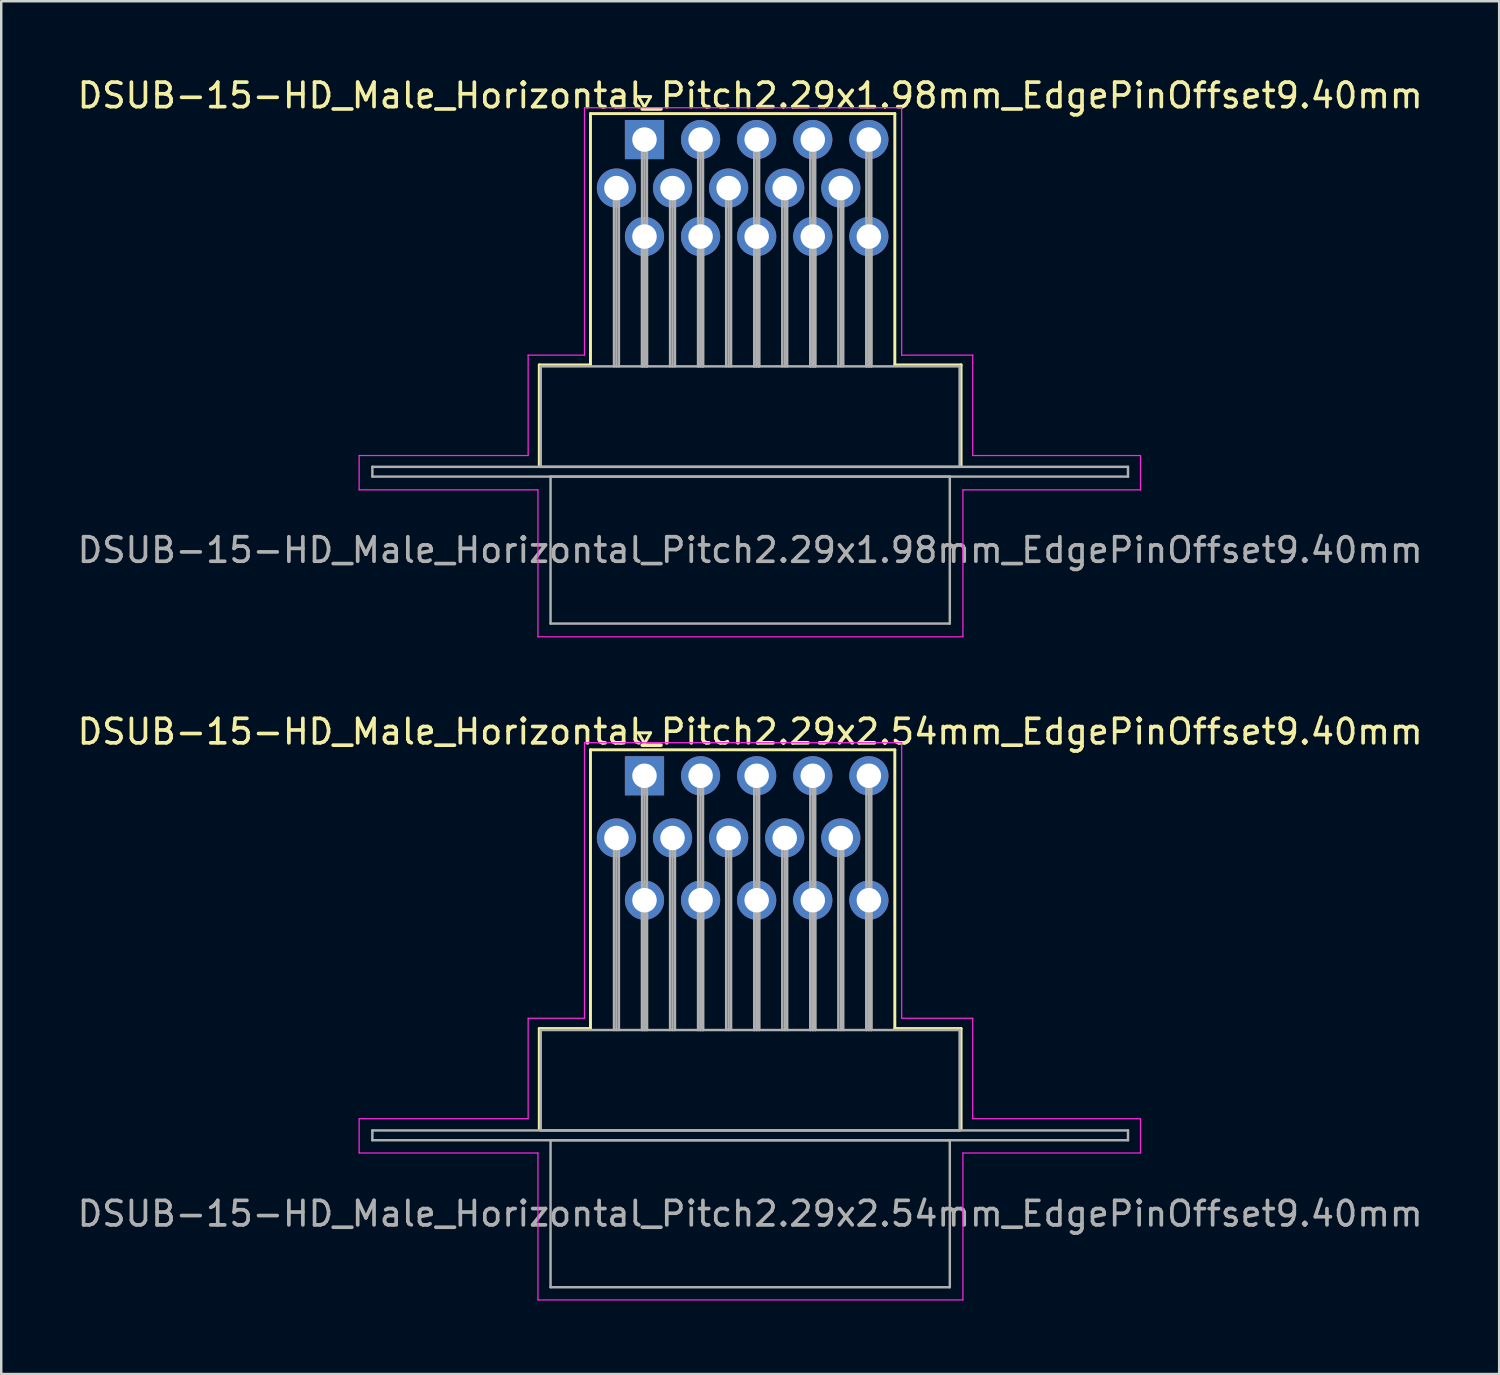
<source format=kicad_pcb>
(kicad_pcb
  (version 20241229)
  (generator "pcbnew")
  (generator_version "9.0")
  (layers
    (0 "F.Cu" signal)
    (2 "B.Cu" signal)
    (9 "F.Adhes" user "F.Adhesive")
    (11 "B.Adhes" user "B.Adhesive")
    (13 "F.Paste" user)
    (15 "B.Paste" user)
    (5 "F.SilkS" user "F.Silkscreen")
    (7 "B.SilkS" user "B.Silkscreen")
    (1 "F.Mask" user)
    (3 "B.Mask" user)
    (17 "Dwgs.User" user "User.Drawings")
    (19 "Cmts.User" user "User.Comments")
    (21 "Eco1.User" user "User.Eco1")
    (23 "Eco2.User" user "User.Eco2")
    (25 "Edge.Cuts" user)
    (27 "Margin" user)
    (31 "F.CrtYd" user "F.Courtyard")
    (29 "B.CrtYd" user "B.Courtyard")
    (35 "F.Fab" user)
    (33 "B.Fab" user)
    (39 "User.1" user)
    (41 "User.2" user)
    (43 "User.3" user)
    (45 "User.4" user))
  (footprint "DSUB-15-HD_Male_Horizontal_Pitch2.29x1.98mm_EdgePinOffset9.40mm"
    (layer "F.Cu")
    (at 23.262 2.648)
    (property "Reference" "DSUB-15-HD_Male_Horizontal_Pitch2.29x1.98mm_EdgePinOffset9.40mm" (at 4.315 -1.8 0) (layer "F.SilkS") (effects (font (size 1 1) (thickness 0.15))))
    (attr through_hole)
    (fp_line (start -4.295 9.2) (end -2.205 9.2) (stroke (width 0.12) (type solid)) (layer "F.SilkS"))
    (fp_line (start -4.295 13.3) (end -4.295 9.2) (stroke (width 0.12) (type solid)) (layer "F.SilkS"))
    (fp_line (start -2.205 -1.06) (end 10.22 -1.06) (stroke (width 0.12) (type solid)) (layer "F.SilkS"))
    (fp_line (start -2.205 9.2) (end -2.205 -1.06) (stroke (width 0.12) (type solid)) (layer "F.SilkS"))
    (fp_line (start -0.25 -1.754) (end 0.25 -1.754) (stroke (width 0.12) (type solid)) (layer "F.SilkS"))
    (fp_line (start 0 -1.321) (end -0.25 -1.754) (stroke (width 0.12) (type solid)) (layer "F.SilkS"))
    (fp_line (start 0.25 -1.754) (end 0 -1.321) (stroke (width 0.12) (type solid)) (layer "F.SilkS"))
    (fp_line (start 10.22 -1.06) (end 10.22 9.2) (stroke (width 0.12) (type solid)) (layer "F.SilkS"))
    (fp_line (start 10.22 9.2) (end 12.925 9.2) (stroke (width 0.12) (type solid)) (layer "F.SilkS"))
    (fp_line (start 12.925 9.2) (end 12.925 13.3) (stroke (width 0.12) (type solid)) (layer "F.SilkS"))
    (fp_line (start -11.65 12.9) (end -4.75 12.9) (stroke (width 0.05) (type solid)) (layer "F.CrtYd"))
    (fp_line (start -11.65 14.3) (end -11.65 12.9) (stroke (width 0.05) (type solid)) (layer "F.CrtYd"))
    (fp_line (start -4.75 8.8) (end -2.45 8.8) (stroke (width 0.05) (type solid)) (layer "F.CrtYd"))
    (fp_line (start -4.75 12.9) (end -4.75 8.8) (stroke (width 0.05) (type solid)) (layer "F.CrtYd"))
    (fp_line (start -4.35 14.3) (end -11.65 14.3) (stroke (width 0.05) (type solid)) (layer "F.CrtYd"))
    (fp_line (start -4.35 20.3) (end -4.35 14.3) (stroke (width 0.05) (type solid)) (layer "F.CrtYd"))
    (fp_line (start -2.45 -1.3) (end 10.5 -1.3) (stroke (width 0.05) (type solid)) (layer "F.CrtYd"))
    (fp_line (start -2.45 8.8) (end -2.45 -1.3) (stroke (width 0.05) (type solid)) (layer "F.CrtYd"))
    (fp_line (start 10.5 -1.3) (end 10.5 8.8) (stroke (width 0.05) (type solid)) (layer "F.CrtYd"))
    (fp_line (start 10.5 8.8) (end 13.4 8.8) (stroke (width 0.05) (type solid)) (layer "F.CrtYd"))
    (fp_line (start 13 14.3) (end 13 20.3) (stroke (width 0.05) (type solid)) (layer "F.CrtYd"))
    (fp_line (start 13 20.3) (end -4.35 20.3) (stroke (width 0.05) (type solid)) (layer "F.CrtYd"))
    (fp_line (start 13.4 8.8) (end 13.4 12.9) (stroke (width 0.05) (type solid)) (layer "F.CrtYd"))
    (fp_line (start 13.4 12.9) (end 20.25 12.9) (stroke (width 0.05) (type solid)) (layer "F.CrtYd"))
    (fp_line (start 20.25 12.9) (end 20.25 14.3) (stroke (width 0.05) (type solid)) (layer "F.CrtYd"))
    (fp_line (start 20.25 14.3) (end 13 14.3) (stroke (width 0.05) (type solid)) (layer "F.CrtYd"))
    (fp_line (start -11.11 13.36) (end -11.11 13.76) (stroke (width 0.1) (type solid)) (layer "F.Fab"))
    (fp_line (start -11.11 13.76) (end 19.74 13.76) (stroke (width 0.1) (type solid)) (layer "F.Fab"))
    (fp_line (start -4.235 9.26) (end -4.235 13.36) (stroke (width 0.1) (type solid)) (layer "F.Fab"))
    (fp_line (start -4.235 13.36) (end 12.865 13.36) (stroke (width 0.1) (type solid)) (layer "F.Fab"))
    (fp_line (start -3.835 13.76) (end -3.835 19.76) (stroke (width 0.1) (type solid)) (layer "F.Fab"))
    (fp_line (start -3.835 19.76) (end 12.465 19.76) (stroke (width 0.1) (type solid)) (layer "F.Fab"))
    (fp_line (start -1.245 1.98) (end -1.245 9.26) (stroke (width 0.1) (type solid)) (layer "F.Fab"))
    (fp_line (start -1.145 1.98) (end -1.145 9.26) (stroke (width 0.1) (type solid)) (layer "F.Fab"))
    (fp_line (start -1.045 1.98) (end -1.045 9.26) (stroke (width 0.1) (type solid)) (layer "F.Fab"))
    (fp_line (start -0.1 0) (end -0.1 9.26) (stroke (width 0.1) (type solid)) (layer "F.Fab"))
    (fp_line (start -0.1 3.96) (end -0.1 9.26) (stroke (width 0.1) (type solid)) (layer "F.Fab"))
    (fp_line (start 0 0) (end 0 9.26) (stroke (width 0.1) (type solid)) (layer "F.Fab"))
    (fp_line (start 0 3.96) (end 0 9.26) (stroke (width 0.1) (type solid)) (layer "F.Fab"))
    (fp_line (start 0.1 0) (end 0.1 9.26) (stroke (width 0.1) (type solid)) (layer "F.Fab"))
    (fp_line (start 0.1 3.96) (end 0.1 9.26) (stroke (width 0.1) (type solid)) (layer "F.Fab"))
    (fp_line (start 1.045 1.98) (end 1.045 9.26) (stroke (width 0.1) (type solid)) (layer "F.Fab"))
    (fp_line (start 1.145 1.98) (end 1.145 9.26) (stroke (width 0.1) (type solid)) (layer "F.Fab"))
    (fp_line (start 1.245 1.98) (end 1.245 9.26) (stroke (width 0.1) (type solid)) (layer "F.Fab"))
    (fp_line (start 2.19 0) (end 2.19 9.26) (stroke (width 0.1) (type solid)) (layer "F.Fab"))
    (fp_line (start 2.19 3.96) (end 2.19 9.26) (stroke (width 0.1) (type solid)) (layer "F.Fab"))
    (fp_line (start 2.29 0) (end 2.29 9.26) (stroke (width 0.1) (type solid)) (layer "F.Fab"))
    (fp_line (start 2.29 3.96) (end 2.29 9.26) (stroke (width 0.1) (type solid)) (layer "F.Fab"))
    (fp_line (start 2.39 0) (end 2.39 9.26) (stroke (width 0.1) (type solid)) (layer "F.Fab"))
    (fp_line (start 2.39 3.96) (end 2.39 9.26) (stroke (width 0.1) (type solid)) (layer "F.Fab"))
    (fp_line (start 3.335 1.98) (end 3.335 9.26) (stroke (width 0.1) (type solid)) (layer "F.Fab"))
    (fp_line (start 3.435 1.98) (end 3.435 9.26) (stroke (width 0.1) (type solid)) (layer "F.Fab"))
    (fp_line (start 3.535 1.98) (end 3.535 9.26) (stroke (width 0.1) (type solid)) (layer "F.Fab"))
    (fp_line (start 4.48 0) (end 4.48 9.26) (stroke (width 0.1) (type solid)) (layer "F.Fab"))
    (fp_line (start 4.48 3.96) (end 4.48 9.26) (stroke (width 0.1) (type solid)) (layer "F.Fab"))
    (fp_line (start 4.58 0) (end 4.58 9.26) (stroke (width 0.1) (type solid)) (layer "F.Fab"))
    (fp_line (start 4.58 3.96) (end 4.58 9.26) (stroke (width 0.1) (type solid)) (layer "F.Fab"))
    (fp_line (start 4.68 0) (end 4.68 9.26) (stroke (width 0.1) (type solid)) (layer "F.Fab"))
    (fp_line (start 4.68 3.96) (end 4.68 9.26) (stroke (width 0.1) (type solid)) (layer "F.Fab"))
    (fp_line (start 5.625 1.98) (end 5.625 9.26) (stroke (width 0.1) (type solid)) (layer "F.Fab"))
    (fp_line (start 5.725 1.98) (end 5.725 9.26) (stroke (width 0.1) (type solid)) (layer "F.Fab"))
    (fp_line (start 5.825 1.98) (end 5.825 9.26) (stroke (width 0.1) (type solid)) (layer "F.Fab"))
    (fp_line (start 6.77 0) (end 6.77 9.26) (stroke (width 0.1) (type solid)) (layer "F.Fab"))
    (fp_line (start 6.77 3.96) (end 6.77 9.26) (stroke (width 0.1) (type solid)) (layer "F.Fab"))
    (fp_line (start 6.87 0) (end 6.87 9.26) (stroke (width 0.1) (type solid)) (layer "F.Fab"))
    (fp_line (start 6.87 3.96) (end 6.87 9.26) (stroke (width 0.1) (type solid)) (layer "F.Fab"))
    (fp_line (start 6.97 0) (end 6.97 9.26) (stroke (width 0.1) (type solid)) (layer "F.Fab"))
    (fp_line (start 6.97 3.96) (end 6.97 9.26) (stroke (width 0.1) (type solid)) (layer "F.Fab"))
    (fp_line (start 7.915 1.98) (end 7.915 9.26) (stroke (width 0.1) (type solid)) (layer "F.Fab"))
    (fp_line (start 8.015 1.98) (end 8.015 9.26) (stroke (width 0.1) (type solid)) (layer "F.Fab"))
    (fp_line (start 8.115 1.98) (end 8.115 9.26) (stroke (width 0.1) (type solid)) (layer "F.Fab"))
    (fp_line (start 9.06 0) (end 9.06 9.26) (stroke (width 0.1) (type solid)) (layer "F.Fab"))
    (fp_line (start 9.06 3.96) (end 9.06 9.26) (stroke (width 0.1) (type solid)) (layer "F.Fab"))
    (fp_line (start 9.16 0) (end 9.16 9.26) (stroke (width 0.1) (type solid)) (layer "F.Fab"))
    (fp_line (start 9.16 3.96) (end 9.16 9.26) (stroke (width 0.1) (type solid)) (layer "F.Fab"))
    (fp_line (start 9.26 0) (end 9.26 9.26) (stroke (width 0.1) (type solid)) (layer "F.Fab"))
    (fp_line (start 9.26 3.96) (end 9.26 9.26) (stroke (width 0.1) (type solid)) (layer "F.Fab"))
    (fp_line (start 12.465 13.76) (end -3.835 13.76) (stroke (width 0.1) (type solid)) (layer "F.Fab"))
    (fp_line (start 12.465 19.76) (end 12.465 13.76) (stroke (width 0.1) (type solid)) (layer "F.Fab"))
    (fp_line (start 12.865 9.26) (end -4.235 9.26) (stroke (width 0.1) (type solid)) (layer "F.Fab"))
    (fp_line (start 12.865 13.36) (end 12.865 9.26) (stroke (width 0.1) (type solid)) (layer "F.Fab"))
    (fp_line (start 19.74 13.36) (end -11.11 13.36) (stroke (width 0.1) (type solid)) (layer "F.Fab"))
    (fp_line (start 19.74 13.76) (end 19.74 13.36) (stroke (width 0.1) (type solid)) (layer "F.Fab"))
    (fp_text user "${REFERENCE}" (at 4.315 16.76 0) (layer "F.Fab") (effects (font (size 1 1) (thickness 0.15))))
    (pad "1" thru_hole rect (at 0 0) (size 1.6 1.6) (drill 1) (layers "*.Cu" "*.Mask"))
    (pad "2" thru_hole circle (at 2.29 0) (size 1.6 1.6) (drill 1) (layers "*.Cu" "*.Mask"))
    (pad "3" thru_hole circle (at 4.58 0) (size 1.6 1.6) (drill 1) (layers "*.Cu" "*.Mask"))
    (pad "4" thru_hole circle (at 6.87 0) (size 1.6 1.6) (drill 1) (layers "*.Cu" "*.Mask"))
    (pad "5" thru_hole circle (at 9.16 0) (size 1.6 1.6) (drill 1) (layers "*.Cu" "*.Mask"))
    (pad "6" thru_hole circle (at -1.145 1.98) (size 1.6 1.6) (drill 1) (layers "*.Cu" "*.Mask"))
    (pad "7" thru_hole circle (at 1.145 1.98) (size 1.6 1.6) (drill 1) (layers "*.Cu" "*.Mask"))
    (pad "8" thru_hole circle (at 3.435 1.98) (size 1.6 1.6) (drill 1) (layers "*.Cu" "*.Mask"))
    (pad "9" thru_hole circle (at 5.725 1.98) (size 1.6 1.6) (drill 1) (layers "*.Cu" "*.Mask"))
    (pad "10" thru_hole circle (at 8.015 1.98) (size 1.6 1.6) (drill 1) (layers "*.Cu" "*.Mask"))
    (pad "11" thru_hole circle (at 0 3.96) (size 1.6 1.6) (drill 1) (layers "*.Cu" "*.Mask"))
    (pad "12" thru_hole circle (at 2.29 3.96) (size 1.6 1.6) (drill 1) (layers "*.Cu" "*.Mask"))
    (pad "13" thru_hole circle (at 4.58 3.96) (size 1.6 1.6) (drill 1) (layers "*.Cu" "*.Mask"))
    (pad "14" thru_hole circle (at 6.87 3.96) (size 1.6 1.6) (drill 1) (layers "*.Cu" "*.Mask"))
    (pad "15" thru_hole circle (at 9.16 3.96) (size 1.6 1.6) (drill 1) (layers "*.Cu" "*.Mask")))
  (footprint "DSUB-15-HD_Male_Horizontal_Pitch2.29x2.54mm_EdgePinOffset9.40mm"
    (layer "F.Cu")
    (at 23.262 28.622)
    (property "Reference" "DSUB-15-HD_Male_Horizontal_Pitch2.29x2.54mm_EdgePinOffset9.40mm" (at 4.315 -1.8 0) (layer "F.SilkS") (effects (font (size 1 1) (thickness 0.15))))
    (attr through_hole)
    (fp_line (start -4.295 10.32) (end -2.205 10.32) (stroke (width 0.12) (type solid)) (layer "F.SilkS"))
    (fp_line (start -4.295 14.42) (end -4.295 10.32) (stroke (width 0.12) (type solid)) (layer "F.SilkS"))
    (fp_line (start -2.205 -1.06) (end 10.22 -1.06) (stroke (width 0.12) (type solid)) (layer "F.SilkS"))
    (fp_line (start -2.205 10.32) (end -2.205 -1.06) (stroke (width 0.12) (type solid)) (layer "F.SilkS"))
    (fp_line (start -0.25 -1.754) (end 0.25 -1.754) (stroke (width 0.12) (type solid)) (layer "F.SilkS"))
    (fp_line (start 0 -1.321) (end -0.25 -1.754) (stroke (width 0.12) (type solid)) (layer "F.SilkS"))
    (fp_line (start 0.25 -1.754) (end 0 -1.321) (stroke (width 0.12) (type solid)) (layer "F.SilkS"))
    (fp_line (start 10.22 -1.06) (end 10.22 10.32) (stroke (width 0.12) (type solid)) (layer "F.SilkS"))
    (fp_line (start 10.22 10.32) (end 12.925 10.32) (stroke (width 0.12) (type solid)) (layer "F.SilkS"))
    (fp_line (start 12.925 10.32) (end 12.925 14.42) (stroke (width 0.12) (type solid)) (layer "F.SilkS"))
    (fp_line (start -11.65 14) (end -4.75 14) (stroke (width 0.05) (type solid)) (layer "F.CrtYd"))
    (fp_line (start -11.65 15.4) (end -11.65 14) (stroke (width 0.05) (type solid)) (layer "F.CrtYd"))
    (fp_line (start -4.75 9.9) (end -2.45 9.9) (stroke (width 0.05) (type solid)) (layer "F.CrtYd"))
    (fp_line (start -4.75 14) (end -4.75 9.9) (stroke (width 0.05) (type solid)) (layer "F.CrtYd"))
    (fp_line (start -4.35 15.4) (end -11.65 15.4) (stroke (width 0.05) (type solid)) (layer "F.CrtYd"))
    (fp_line (start -4.35 21.4) (end -4.35 15.4) (stroke (width 0.05) (type solid)) (layer "F.CrtYd"))
    (fp_line (start -2.45 -1.35) (end 10.5 -1.35) (stroke (width 0.05) (type solid)) (layer "F.CrtYd"))
    (fp_line (start -2.45 9.9) (end -2.45 -1.35) (stroke (width 0.05) (type solid)) (layer "F.CrtYd"))
    (fp_line (start 10.5 -1.35) (end 10.5 9.9) (stroke (width 0.05) (type solid)) (layer "F.CrtYd"))
    (fp_line (start 10.5 9.9) (end 13.4 9.9) (stroke (width 0.05) (type solid)) (layer "F.CrtYd"))
    (fp_line (start 13 15.4) (end 13 21.4) (stroke (width 0.05) (type solid)) (layer "F.CrtYd"))
    (fp_line (start 13 21.4) (end -4.35 21.4) (stroke (width 0.05) (type solid)) (layer "F.CrtYd"))
    (fp_line (start 13.4 9.9) (end 13.4 14) (stroke (width 0.05) (type solid)) (layer "F.CrtYd"))
    (fp_line (start 13.4 14) (end 20.25 14) (stroke (width 0.05) (type solid)) (layer "F.CrtYd"))
    (fp_line (start 20.25 14) (end 20.25 15.4) (stroke (width 0.05) (type solid)) (layer "F.CrtYd"))
    (fp_line (start 20.25 15.4) (end 13 15.4) (stroke (width 0.05) (type solid)) (layer "F.CrtYd"))
    (fp_line (start -11.11 14.48) (end -11.11 14.88) (stroke (width 0.1) (type solid)) (layer "F.Fab"))
    (fp_line (start -11.11 14.88) (end 19.74 14.88) (stroke (width 0.1) (type solid)) (layer "F.Fab"))
    (fp_line (start -4.235 10.38) (end -4.235 14.48) (stroke (width 0.1) (type solid)) (layer "F.Fab"))
    (fp_line (start -4.235 14.48) (end 12.865 14.48) (stroke (width 0.1) (type solid)) (layer "F.Fab"))
    (fp_line (start -3.835 14.88) (end -3.835 20.88) (stroke (width 0.1) (type solid)) (layer "F.Fab"))
    (fp_line (start -3.835 20.88) (end 12.465 20.88) (stroke (width 0.1) (type solid)) (layer "F.Fab"))
    (fp_line (start -1.245 2.54) (end -1.245 10.38) (stroke (width 0.1) (type solid)) (layer "F.Fab"))
    (fp_line (start -1.145 2.54) (end -1.145 10.38) (stroke (width 0.1) (type solid)) (layer "F.Fab"))
    (fp_line (start -1.045 2.54) (end -1.045 10.38) (stroke (width 0.1) (type solid)) (layer "F.Fab"))
    (fp_line (start -0.1 0) (end -0.1 10.38) (stroke (width 0.1) (type solid)) (layer "F.Fab"))
    (fp_line (start -0.1 5.08) (end -0.1 10.38) (stroke (width 0.1) (type solid)) (layer "F.Fab"))
    (fp_line (start 0 0) (end 0 10.38) (stroke (width 0.1) (type solid)) (layer "F.Fab"))
    (fp_line (start 0 5.08) (end 0 10.38) (stroke (width 0.1) (type solid)) (layer "F.Fab"))
    (fp_line (start 0.1 0) (end 0.1 10.38) (stroke (width 0.1) (type solid)) (layer "F.Fab"))
    (fp_line (start 0.1 5.08) (end 0.1 10.38) (stroke (width 0.1) (type solid)) (layer "F.Fab"))
    (fp_line (start 1.045 2.54) (end 1.045 10.38) (stroke (width 0.1) (type solid)) (layer "F.Fab"))
    (fp_line (start 1.145 2.54) (end 1.145 10.38) (stroke (width 0.1) (type solid)) (layer "F.Fab"))
    (fp_line (start 1.245 2.54) (end 1.245 10.38) (stroke (width 0.1) (type solid)) (layer "F.Fab"))
    (fp_line (start 2.19 0) (end 2.19 10.38) (stroke (width 0.1) (type solid)) (layer "F.Fab"))
    (fp_line (start 2.19 5.08) (end 2.19 10.38) (stroke (width 0.1) (type solid)) (layer "F.Fab"))
    (fp_line (start 2.29 0) (end 2.29 10.38) (stroke (width 0.1) (type solid)) (layer "F.Fab"))
    (fp_line (start 2.29 5.08) (end 2.29 10.38) (stroke (width 0.1) (type solid)) (layer "F.Fab"))
    (fp_line (start 2.39 0) (end 2.39 10.38) (stroke (width 0.1) (type solid)) (layer "F.Fab"))
    (fp_line (start 2.39 5.08) (end 2.39 10.38) (stroke (width 0.1) (type solid)) (layer "F.Fab"))
    (fp_line (start 3.335 2.54) (end 3.335 10.38) (stroke (width 0.1) (type solid)) (layer "F.Fab"))
    (fp_line (start 3.435 2.54) (end 3.435 10.38) (stroke (width 0.1) (type solid)) (layer "F.Fab"))
    (fp_line (start 3.535 2.54) (end 3.535 10.38) (stroke (width 0.1) (type solid)) (layer "F.Fab"))
    (fp_line (start 4.48 0) (end 4.48 10.38) (stroke (width 0.1) (type solid)) (layer "F.Fab"))
    (fp_line (start 4.48 5.08) (end 4.48 10.38) (stroke (width 0.1) (type solid)) (layer "F.Fab"))
    (fp_line (start 4.58 0) (end 4.58 10.38) (stroke (width 0.1) (type solid)) (layer "F.Fab"))
    (fp_line (start 4.58 5.08) (end 4.58 10.38) (stroke (width 0.1) (type solid)) (layer "F.Fab"))
    (fp_line (start 4.68 0) (end 4.68 10.38) (stroke (width 0.1) (type solid)) (layer "F.Fab"))
    (fp_line (start 4.68 5.08) (end 4.68 10.38) (stroke (width 0.1) (type solid)) (layer "F.Fab"))
    (fp_line (start 5.625 2.54) (end 5.625 10.38) (stroke (width 0.1) (type solid)) (layer "F.Fab"))
    (fp_line (start 5.725 2.54) (end 5.725 10.38) (stroke (width 0.1) (type solid)) (layer "F.Fab"))
    (fp_line (start 5.825 2.54) (end 5.825 10.38) (stroke (width 0.1) (type solid)) (layer "F.Fab"))
    (fp_line (start 6.77 0) (end 6.77 10.38) (stroke (width 0.1) (type solid)) (layer "F.Fab"))
    (fp_line (start 6.77 5.08) (end 6.77 10.38) (stroke (width 0.1) (type solid)) (layer "F.Fab"))
    (fp_line (start 6.87 0) (end 6.87 10.38) (stroke (width 0.1) (type solid)) (layer "F.Fab"))
    (fp_line (start 6.87 5.08) (end 6.87 10.38) (stroke (width 0.1) (type solid)) (layer "F.Fab"))
    (fp_line (start 6.97 0) (end 6.97 10.38) (stroke (width 0.1) (type solid)) (layer "F.Fab"))
    (fp_line (start 6.97 5.08) (end 6.97 10.38) (stroke (width 0.1) (type solid)) (layer "F.Fab"))
    (fp_line (start 7.915 2.54) (end 7.915 10.38) (stroke (width 0.1) (type solid)) (layer "F.Fab"))
    (fp_line (start 8.015 2.54) (end 8.015 10.38) (stroke (width 0.1) (type solid)) (layer "F.Fab"))
    (fp_line (start 8.115 2.54) (end 8.115 10.38) (stroke (width 0.1) (type solid)) (layer "F.Fab"))
    (fp_line (start 9.06 0) (end 9.06 10.38) (stroke (width 0.1) (type solid)) (layer "F.Fab"))
    (fp_line (start 9.06 5.08) (end 9.06 10.38) (stroke (width 0.1) (type solid)) (layer "F.Fab"))
    (fp_line (start 9.16 0) (end 9.16 10.38) (stroke (width 0.1) (type solid)) (layer "F.Fab"))
    (fp_line (start 9.16 5.08) (end 9.16 10.38) (stroke (width 0.1) (type solid)) (layer "F.Fab"))
    (fp_line (start 9.26 0) (end 9.26 10.38) (stroke (width 0.1) (type solid)) (layer "F.Fab"))
    (fp_line (start 9.26 5.08) (end 9.26 10.38) (stroke (width 0.1) (type solid)) (layer "F.Fab"))
    (fp_line (start 12.465 14.88) (end -3.835 14.88) (stroke (width 0.1) (type solid)) (layer "F.Fab"))
    (fp_line (start 12.465 20.88) (end 12.465 14.88) (stroke (width 0.1) (type solid)) (layer "F.Fab"))
    (fp_line (start 12.865 10.38) (end -4.235 10.38) (stroke (width 0.1) (type solid)) (layer "F.Fab"))
    (fp_line (start 12.865 14.48) (end 12.865 10.38) (stroke (width 0.1) (type solid)) (layer "F.Fab"))
    (fp_line (start 19.74 14.48) (end -11.11 14.48) (stroke (width 0.1) (type solid)) (layer "F.Fab"))
    (fp_line (start 19.74 14.88) (end 19.74 14.48) (stroke (width 0.1) (type solid)) (layer "F.Fab"))
    (fp_text user "${REFERENCE}" (at 4.315 17.88 0) (layer "F.Fab") (effects (font (size 1 1) (thickness 0.15))))
    (pad "1" thru_hole rect (at 0 0) (size 1.6 1.6) (drill 1) (layers "*.Cu" "*.Mask"))
    (pad "2" thru_hole circle (at 2.29 0) (size 1.6 1.6) (drill 1) (layers "*.Cu" "*.Mask"))
    (pad "3" thru_hole circle (at 4.58 0) (size 1.6 1.6) (drill 1) (layers "*.Cu" "*.Mask"))
    (pad "4" thru_hole circle (at 6.87 0) (size 1.6 1.6) (drill 1) (layers "*.Cu" "*.Mask"))
    (pad "5" thru_hole circle (at 9.16 0) (size 1.6 1.6) (drill 1) (layers "*.Cu" "*.Mask"))
    (pad "6" thru_hole circle (at -1.145 2.54) (size 1.6 1.6) (drill 1) (layers "*.Cu" "*.Mask"))
    (pad "7" thru_hole circle (at 1.145 2.54) (size 1.6 1.6) (drill 1) (layers "*.Cu" "*.Mask"))
    (pad "8" thru_hole circle (at 3.435 2.54) (size 1.6 1.6) (drill 1) (layers "*.Cu" "*.Mask"))
    (pad "9" thru_hole circle (at 5.725 2.54) (size 1.6 1.6) (drill 1) (layers "*.Cu" "*.Mask"))
    (pad "10" thru_hole circle (at 8.015 2.54) (size 1.6 1.6) (drill 1) (layers "*.Cu" "*.Mask"))
    (pad "11" thru_hole circle (at 0 5.08) (size 1.6 1.6) (drill 1) (layers "*.Cu" "*.Mask"))
    (pad "12" thru_hole circle (at 2.29 5.08) (size 1.6 1.6) (drill 1) (layers "*.Cu" "*.Mask"))
    (pad "13" thru_hole circle (at 4.58 5.08) (size 1.6 1.6) (drill 1) (layers "*.Cu" "*.Mask"))
    (pad "14" thru_hole circle (at 6.87 5.08) (size 1.6 1.6) (drill 1) (layers "*.Cu" "*.Mask"))
    (pad "15" thru_hole circle (at 9.16 5.08) (size 1.6 1.6) (drill 1) (layers "*.Cu" "*.Mask")))
  (gr_rect
    (start -3 -3)
    (end 58.155 53.047)
    (stroke (width 0.1) (type default))
    (fill no)
    (layer "Edge.Cuts")))
</source>
